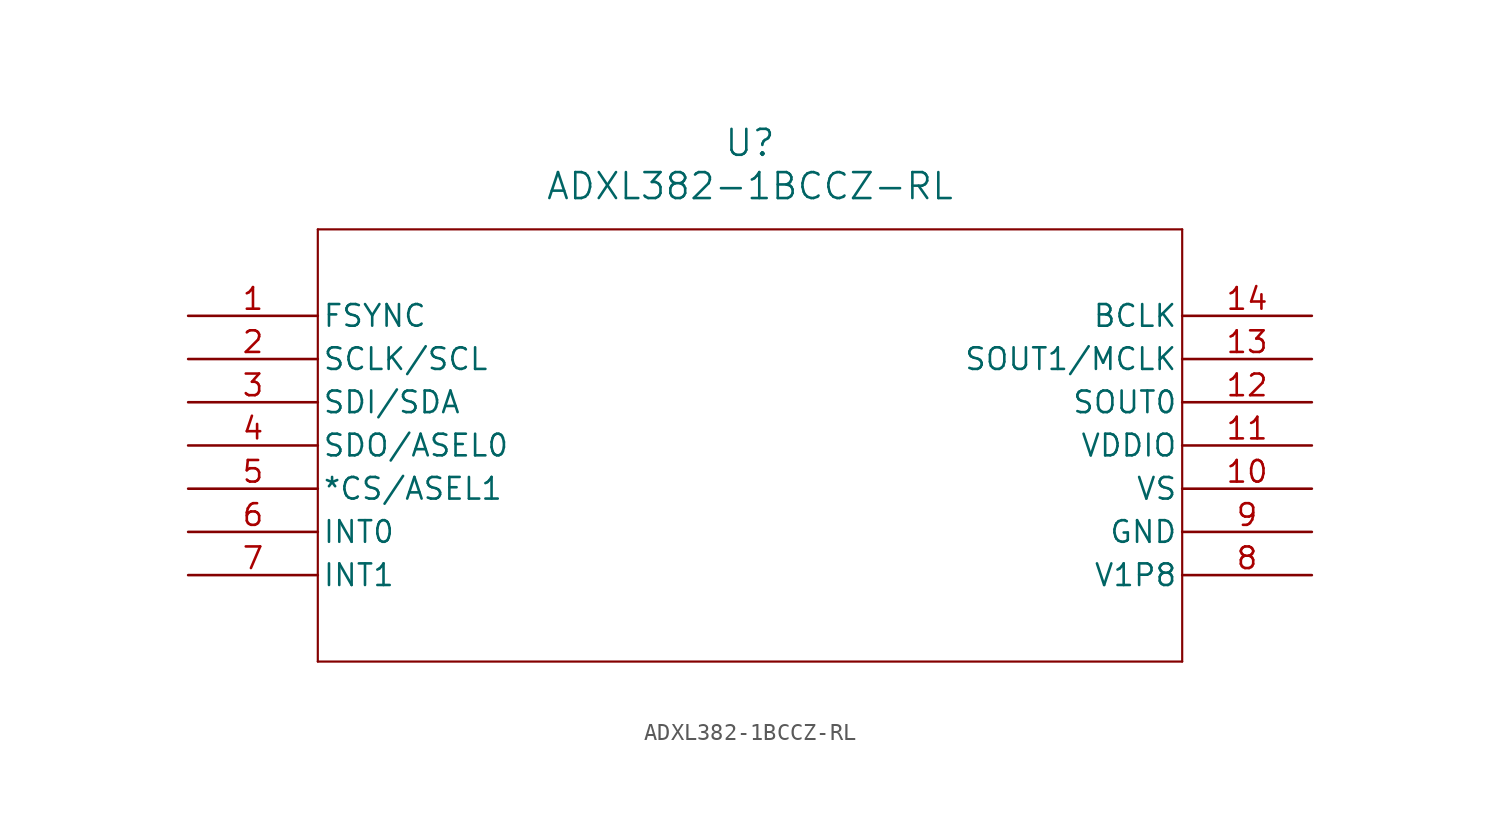
<source format=kicad_sym>
(kicad_symbol_lib
  (version 20211014)
  (generator kicad_symbol_editor)
  (symbol "ADXL382-1BCCZ-RL"
    (pin_names
      (offset 0.254))
    (property "Reference" "U"
      (at 33.02 10.16 0)
      (effects (font (size 1.524 1.524))))
    (property "Value" "ADXL382-1BCCZ-RL"
      (at 33.02 7.62 0)
      (effects (font (size 1.524 1.524))))
    (symbol "ADXL382-1BCCZ-RL_0_1"
      (polyline (pts (xy 7.62 5.08) (xy 7.62 -20.32)) (stroke (width 0.127) (type default) (color 0 0 0 0)) (fill (type none)))
      (polyline (pts (xy 7.62 -20.32) (xy 58.42 -20.32)) (stroke (width 0.127) (type default) (color 0 0 0 0)) (fill (type none)))
      (polyline (pts (xy 58.42 -20.32) (xy 58.42 5.08)) (stroke (width 0.127) (type default) (color 0 0 0 0)) (fill (type none)))
      (polyline (pts (xy 58.42 5.08) (xy 7.62 5.08)) (stroke (width 0.127) (type default) (color 0 0 0 0)) (fill (type none)))
      (pin input line (at 0 0 0) (length 7.62) (name "FSYNC" (effects (font (size 1.27 1.27)))) (number "1" (effects (font (size 1.27 1.27)))))
      (pin unspecified line (at 0 -2.54 0) (length 7.62) (name "SCLK/SCL" (effects (font (size 1.27 1.27)))) (number "2" (effects (font (size 1.27 1.27)))))
      (pin input line (at 0 -5.08 0) (length 7.62) (name "SDI/SDA" (effects (font (size 1.27 1.27)))) (number "3" (effects (font (size 1.27 1.27)))))
      (pin bidirectional line (at 0 -7.62 0) (length 7.62) (name "SDO/ASEL0" (effects (font (size 1.27 1.27)))) (number "4" (effects (font (size 1.27 1.27)))))
      (pin input line (at 0 -10.16 0) (length 7.62) (name "*CS/ASEL1" (effects (font (size 1.27 1.27)))) (number "5" (effects (font (size 1.27 1.27)))))
      (pin unspecified line (at 0 -12.7 0) (length 7.62) (name "INT0" (effects (font (size 1.27 1.27)))) (number "6" (effects (font (size 1.27 1.27)))))
      (pin unspecified line (at 0 -15.24 0) (length 7.62) (name "INT1" (effects (font (size 1.27 1.27)))) (number "7" (effects (font (size 1.27 1.27)))))
      (pin power_in line (at 66.04 -15.24 180) (length 7.62) (name "V1P8" (effects (font (size 1.27 1.27)))) (number "8" (effects (font (size 1.27 1.27)))))
      (pin power_out line (at 66.04 -12.7 180) (length 7.62) (name "GND" (effects (font (size 1.27 1.27)))) (number "9" (effects (font (size 1.27 1.27)))))
      (pin power_in line (at 66.04 -10.16 180) (length 7.62) (name "VS" (effects (font (size 1.27 1.27)))) (number "10" (effects (font (size 1.27 1.27)))))
      (pin power_in line (at 66.04 -7.62 180) (length 7.62) (name "VDDIO" (effects (font (size 1.27 1.27)))) (number "11" (effects (font (size 1.27 1.27)))))
      (pin output line (at 66.04 -5.08 180) (length 7.62) (name "SOUT0" (effects (font (size 1.27 1.27)))) (number "12" (effects (font (size 1.27 1.27)))))
      (pin unspecified line (at 66.04 -2.54 180) (length 7.62) (name "SOUT1/MCLK" (effects (font (size 1.27 1.27)))) (number "13" (effects (font (size 1.27 1.27)))))
      (pin unspecified line (at 66.04 0 180) (length 7.62) (name "BCLK" (effects (font (size 1.27 1.27)))) (number "14" (effects (font (size 1.27 1.27))))))))
</source>
